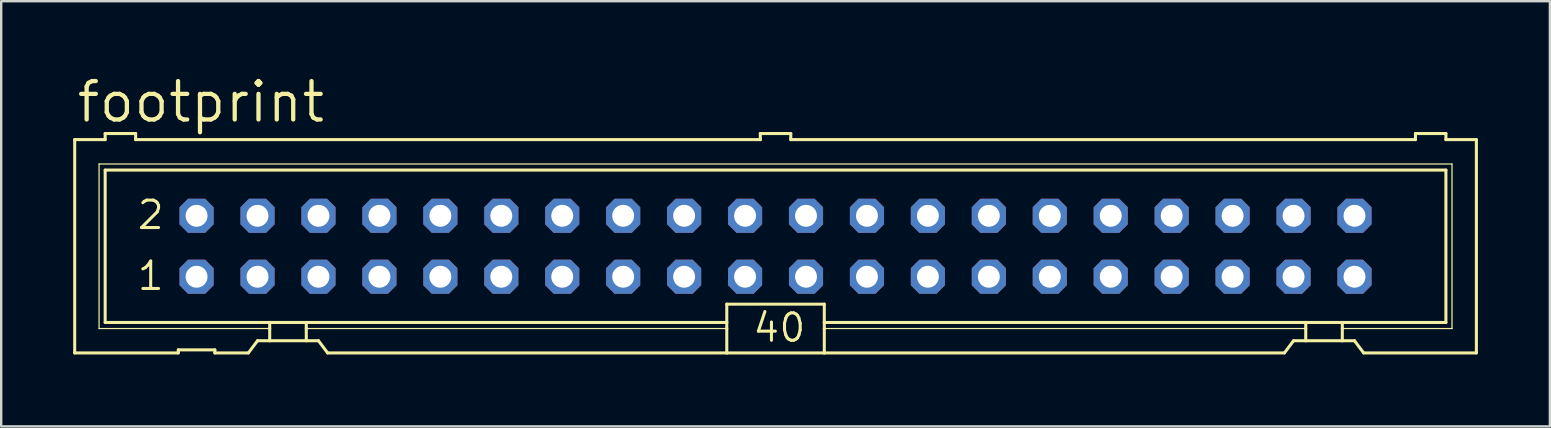
<source format=kicad_pcb>
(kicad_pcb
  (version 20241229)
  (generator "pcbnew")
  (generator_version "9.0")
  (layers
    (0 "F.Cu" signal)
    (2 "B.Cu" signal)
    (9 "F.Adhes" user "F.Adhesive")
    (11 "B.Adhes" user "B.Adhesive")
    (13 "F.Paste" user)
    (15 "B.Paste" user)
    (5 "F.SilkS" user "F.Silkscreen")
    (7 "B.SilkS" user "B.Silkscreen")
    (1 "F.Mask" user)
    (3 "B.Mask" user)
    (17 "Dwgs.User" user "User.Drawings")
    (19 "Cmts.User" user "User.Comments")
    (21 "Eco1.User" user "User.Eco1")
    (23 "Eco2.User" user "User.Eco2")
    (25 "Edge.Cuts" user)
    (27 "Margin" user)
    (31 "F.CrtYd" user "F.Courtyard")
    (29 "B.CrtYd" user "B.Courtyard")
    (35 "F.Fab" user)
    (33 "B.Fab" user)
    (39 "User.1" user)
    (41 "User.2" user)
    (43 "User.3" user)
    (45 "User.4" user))
  (footprint "footprint"
    (layer "F.Cu")
    (at 29.273 7.214)
    (property "Reference" "footprint" (at -29.21 -5.08 0) (layer "F.SilkS") (effects (font (size 1.6 1.6) (thickness 0.178)) (justify left bottom)))
    (fp_line (start -29.21 -4.445) (end -29.21 4.445) (stroke (width 0.127) (type solid)) (layer "F.SilkS"))
    (fp_line (start -29.21 -4.445) (end -27.94 -4.445) (stroke (width 0.127) (type solid)) (layer "F.SilkS"))
    (fp_line (start -29.21 4.445) (end -24.892 4.445) (stroke (width 0.127) (type solid)) (layer "F.SilkS"))
    (fp_line (start -28.194 -3.429) (end -28.194 3.429) (stroke (width 0.051) (type solid)) (layer "F.SilkS"))
    (fp_line (start -28.194 3.429) (end -21.082 3.429) (stroke (width 0.051) (type solid)) (layer "F.SilkS"))
    (fp_line (start -27.94 -4.699) (end -27.94 -4.445) (stroke (width 0.127) (type solid)) (layer "F.SilkS"))
    (fp_line (start -27.94 -3.175) (end -27.94 3.175) (stroke (width 0.127) (type solid)) (layer "F.SilkS"))
    (fp_line (start -27.94 -3.175) (end 27.94 -3.175) (stroke (width 0.127) (type solid)) (layer "F.SilkS"))
    (fp_line (start -26.67 -4.699) (end -27.94 -4.699) (stroke (width 0.127) (type solid)) (layer "F.SilkS"))
    (fp_line (start -26.67 -4.699) (end -26.67 -4.445) (stroke (width 0.127) (type solid)) (layer "F.SilkS"))
    (fp_line (start -26.67 -4.445) (end -0.635 -4.445) (stroke (width 0.127) (type solid)) (layer "F.SilkS"))
    (fp_line (start -24.892 4.318) (end -24.892 4.445) (stroke (width 0.127) (type solid)) (layer "F.SilkS"))
    (fp_line (start -24.892 4.318) (end -23.368 4.318) (stroke (width 0.127) (type solid)) (layer "F.SilkS"))
    (fp_line (start -23.368 4.445) (end -23.368 4.318) (stroke (width 0.127) (type solid)) (layer "F.SilkS"))
    (fp_line (start -23.368 4.445) (end -21.971 4.445) (stroke (width 0.127) (type solid)) (layer "F.SilkS"))
    (fp_line (start -21.971 4.445) (end -21.59 3.937) (stroke (width 0.127) (type solid)) (layer "F.SilkS"))
    (fp_line (start -21.082 3.175) (end -27.94 3.175) (stroke (width 0.127) (type solid)) (layer "F.SilkS"))
    (fp_line (start -21.082 3.175) (end -21.082 3.429) (stroke (width 0.127) (type solid)) (layer "F.SilkS"))
    (fp_line (start -21.082 3.429) (end -21.082 3.937) (stroke (width 0.127) (type solid)) (layer "F.SilkS"))
    (fp_line (start -21.082 3.937) (end -21.59 3.937) (stroke (width 0.127) (type solid)) (layer "F.SilkS"))
    (fp_line (start -19.558 3.175) (end -21.082 3.175) (stroke (width 0.127) (type solid)) (layer "F.SilkS"))
    (fp_line (start -19.558 3.175) (end -19.558 3.429) (stroke (width 0.127) (type solid)) (layer "F.SilkS"))
    (fp_line (start -19.558 3.429) (end -19.558 3.937) (stroke (width 0.127) (type solid)) (layer "F.SilkS"))
    (fp_line (start -19.558 3.429) (end -2.032 3.429) (stroke (width 0.051) (type solid)) (layer "F.SilkS"))
    (fp_line (start -19.558 3.937) (end -21.082 3.937) (stroke (width 0.127) (type solid)) (layer "F.SilkS"))
    (fp_line (start -19.05 3.937) (end -19.558 3.937) (stroke (width 0.127) (type solid)) (layer "F.SilkS"))
    (fp_line (start -19.05 3.937) (end -18.669 4.445) (stroke (width 0.127) (type solid)) (layer "F.SilkS"))
    (fp_line (start -18.669 4.445) (end -2.032 4.445) (stroke (width 0.127) (type solid)) (layer "F.SilkS"))
    (fp_line (start -2.032 3.175) (end -19.558 3.175) (stroke (width 0.127) (type solid)) (layer "F.SilkS"))
    (fp_line (start -2.032 3.175) (end -2.032 2.413) (stroke (width 0.127) (type solid)) (layer "F.SilkS"))
    (fp_line (start -2.032 3.175) (end -2.032 3.429) (stroke (width 0.127) (type solid)) (layer "F.SilkS"))
    (fp_line (start -2.032 3.429) (end -2.032 4.445) (stroke (width 0.127) (type solid)) (layer "F.SilkS"))
    (fp_line (start -0.635 -4.699) (end -0.635 -4.445) (stroke (width 0.127) (type solid)) (layer "F.SilkS"))
    (fp_line (start 0.635 -4.699) (end -0.635 -4.699) (stroke (width 0.127) (type solid)) (layer "F.SilkS"))
    (fp_line (start 0.635 -4.699) (end 0.635 -4.445) (stroke (width 0.127) (type solid)) (layer "F.SilkS"))
    (fp_line (start 0.635 -4.445) (end 26.67 -4.445) (stroke (width 0.127) (type solid)) (layer "F.SilkS"))
    (fp_line (start 2.032 2.413) (end -2.032 2.413) (stroke (width 0.127) (type solid)) (layer "F.SilkS"))
    (fp_line (start 2.032 2.413) (end 2.032 3.175) (stroke (width 0.127) (type solid)) (layer "F.SilkS"))
    (fp_line (start 2.032 3.175) (end 2.032 3.429) (stroke (width 0.127) (type solid)) (layer "F.SilkS"))
    (fp_line (start 2.032 3.429) (end 2.032 4.445) (stroke (width 0.127) (type solid)) (layer "F.SilkS"))
    (fp_line (start 2.032 4.445) (end -2.032 4.445) (stroke (width 0.127) (type solid)) (layer "F.SilkS"))
    (fp_line (start 21.209 4.445) (end 2.032 4.445) (stroke (width 0.127) (type solid)) (layer "F.SilkS"))
    (fp_line (start 21.209 4.445) (end 21.59 3.937) (stroke (width 0.127) (type solid)) (layer "F.SilkS"))
    (fp_line (start 22.098 3.175) (end 2.032 3.175) (stroke (width 0.127) (type solid)) (layer "F.SilkS"))
    (fp_line (start 22.098 3.175) (end 22.098 3.429) (stroke (width 0.127) (type solid)) (layer "F.SilkS"))
    (fp_line (start 22.098 3.429) (end 2.032 3.429) (stroke (width 0.051) (type solid)) (layer "F.SilkS"))
    (fp_line (start 22.098 3.429) (end 22.098 3.937) (stroke (width 0.127) (type solid)) (layer "F.SilkS"))
    (fp_line (start 22.098 3.937) (end 21.59 3.937) (stroke (width 0.127) (type solid)) (layer "F.SilkS"))
    (fp_line (start 23.622 3.175) (end 22.098 3.175) (stroke (width 0.127) (type solid)) (layer "F.SilkS"))
    (fp_line (start 23.622 3.175) (end 23.622 3.429) (stroke (width 0.127) (type solid)) (layer "F.SilkS"))
    (fp_line (start 23.622 3.429) (end 23.622 3.937) (stroke (width 0.127) (type solid)) (layer "F.SilkS"))
    (fp_line (start 23.622 3.429) (end 28.194 3.429) (stroke (width 0.051) (type solid)) (layer "F.SilkS"))
    (fp_line (start 23.622 3.937) (end 22.098 3.937) (stroke (width 0.127) (type solid)) (layer "F.SilkS"))
    (fp_line (start 24.13 3.937) (end 23.622 3.937) (stroke (width 0.127) (type solid)) (layer "F.SilkS"))
    (fp_line (start 24.13 3.937) (end 24.511 4.445) (stroke (width 0.127) (type solid)) (layer "F.SilkS"))
    (fp_line (start 26.67 -4.445) (end 26.67 -4.699) (stroke (width 0.127) (type solid)) (layer "F.SilkS"))
    (fp_line (start 27.94 -4.699) (end 26.67 -4.699) (stroke (width 0.127) (type solid)) (layer "F.SilkS"))
    (fp_line (start 27.94 -4.445) (end 27.94 -4.699) (stroke (width 0.127) (type solid)) (layer "F.SilkS"))
    (fp_line (start 27.94 -4.445) (end 29.21 -4.445) (stroke (width 0.127) (type solid)) (layer "F.SilkS"))
    (fp_line (start 27.94 3.175) (end 23.622 3.175) (stroke (width 0.127) (type solid)) (layer "F.SilkS"))
    (fp_line (start 27.94 3.175) (end 27.94 -3.175) (stroke (width 0.127) (type solid)) (layer "F.SilkS"))
    (fp_line (start 28.194 -3.429) (end -28.194 -3.429) (stroke (width 0.051) (type solid)) (layer "F.SilkS"))
    (fp_line (start 28.194 3.429) (end 28.194 -3.429) (stroke (width 0.051) (type solid)) (layer "F.SilkS"))
    (fp_line (start 29.21 4.445) (end 24.511 4.445) (stroke (width 0.127) (type solid)) (layer "F.SilkS"))
    (fp_line (start 29.21 4.445) (end 29.21 -4.445) (stroke (width 0.127) (type solid)) (layer "F.SilkS"))
    (fp_poly (pts (xy -24.384 -1.016) (xy -23.876 -1.016) (xy -23.876 -1.524) (xy -24.384 -1.524)) (stroke (width 0.1) (type solid)) (fill no) (layer "F.Fab"))
    (fp_poly (pts (xy -24.384 1.524) (xy -23.876 1.524) (xy -23.876 1.016) (xy -24.384 1.016)) (stroke (width 0.1) (type solid)) (fill no) (layer "F.Fab"))
    (fp_poly (pts (xy -21.844 -1.016) (xy -21.336 -1.016) (xy -21.336 -1.524) (xy -21.844 -1.524)) (stroke (width 0.1) (type solid)) (fill no) (layer "F.Fab"))
    (fp_poly (pts (xy -21.844 1.524) (xy -21.336 1.524) (xy -21.336 1.016) (xy -21.844 1.016)) (stroke (width 0.1) (type solid)) (fill no) (layer "F.Fab"))
    (fp_poly (pts (xy -19.304 -1.016) (xy -18.796 -1.016) (xy -18.796 -1.524) (xy -19.304 -1.524)) (stroke (width 0.1) (type solid)) (fill no) (layer "F.Fab"))
    (fp_poly (pts (xy -19.304 1.524) (xy -18.796 1.524) (xy -18.796 1.016) (xy -19.304 1.016)) (stroke (width 0.1) (type solid)) (fill no) (layer "F.Fab"))
    (fp_poly (pts (xy -16.764 -1.016) (xy -16.256 -1.016) (xy -16.256 -1.524) (xy -16.764 -1.524)) (stroke (width 0.1) (type solid)) (fill no) (layer "F.Fab"))
    (fp_poly (pts (xy -16.764 1.524) (xy -16.256 1.524) (xy -16.256 1.016) (xy -16.764 1.016)) (stroke (width 0.1) (type solid)) (fill no) (layer "F.Fab"))
    (fp_poly (pts (xy -14.224 -1.016) (xy -13.716 -1.016) (xy -13.716 -1.524) (xy -14.224 -1.524)) (stroke (width 0.1) (type solid)) (fill no) (layer "F.Fab"))
    (fp_poly (pts (xy -14.224 1.524) (xy -13.716 1.524) (xy -13.716 1.016) (xy -14.224 1.016)) (stroke (width 0.1) (type solid)) (fill no) (layer "F.Fab"))
    (fp_poly (pts (xy -11.684 -1.016) (xy -11.176 -1.016) (xy -11.176 -1.524) (xy -11.684 -1.524)) (stroke (width 0.1) (type solid)) (fill no) (layer "F.Fab"))
    (fp_poly (pts (xy -11.684 1.524) (xy -11.176 1.524) (xy -11.176 1.016) (xy -11.684 1.016)) (stroke (width 0.1) (type solid)) (fill no) (layer "F.Fab"))
    (fp_poly (pts (xy -9.144 -1.016) (xy -8.636 -1.016) (xy -8.636 -1.524) (xy -9.144 -1.524)) (stroke (width 0.1) (type solid)) (fill no) (layer "F.Fab"))
    (fp_poly (pts (xy -9.144 1.524) (xy -8.636 1.524) (xy -8.636 1.016) (xy -9.144 1.016)) (stroke (width 0.1) (type solid)) (fill no) (layer "F.Fab"))
    (fp_poly (pts (xy -6.604 -1.016) (xy -6.096 -1.016) (xy -6.096 -1.524) (xy -6.604 -1.524)) (stroke (width 0.1) (type solid)) (fill no) (layer "F.Fab"))
    (fp_poly (pts (xy -6.604 1.524) (xy -6.096 1.524) (xy -6.096 1.016) (xy -6.604 1.016)) (stroke (width 0.1) (type solid)) (fill no) (layer "F.Fab"))
    (fp_poly (pts (xy -4.064 -1.016) (xy -3.556 -1.016) (xy -3.556 -1.524) (xy -4.064 -1.524)) (stroke (width 0.1) (type solid)) (fill no) (layer "F.Fab"))
    (fp_poly (pts (xy -4.064 1.524) (xy -3.556 1.524) (xy -3.556 1.016) (xy -4.064 1.016)) (stroke (width 0.1) (type solid)) (fill no) (layer "F.Fab"))
    (fp_poly (pts (xy -1.524 -1.016) (xy -1.016 -1.016) (xy -1.016 -1.524) (xy -1.524 -1.524)) (stroke (width 0.1) (type solid)) (fill no) (layer "F.Fab"))
    (fp_poly (pts (xy -1.524 1.524) (xy -1.016 1.524) (xy -1.016 1.016) (xy -1.524 1.016)) (stroke (width 0.1) (type solid)) (fill no) (layer "F.Fab"))
    (fp_poly (pts (xy 1.016 -1.016) (xy 1.524 -1.016) (xy 1.524 -1.524) (xy 1.016 -1.524)) (stroke (width 0.1) (type solid)) (fill no) (layer "F.Fab"))
    (fp_poly (pts (xy 1.016 1.524) (xy 1.524 1.524) (xy 1.524 1.016) (xy 1.016 1.016)) (stroke (width 0.1) (type solid)) (fill no) (layer "F.Fab"))
    (fp_poly (pts (xy 3.556 -1.016) (xy 4.064 -1.016) (xy 4.064 -1.524) (xy 3.556 -1.524)) (stroke (width 0.1) (type solid)) (fill no) (layer "F.Fab"))
    (fp_poly (pts (xy 3.556 1.524) (xy 4.064 1.524) (xy 4.064 1.016) (xy 3.556 1.016)) (stroke (width 0.1) (type solid)) (fill no) (layer "F.Fab"))
    (fp_poly (pts (xy 6.096 -1.016) (xy 6.604 -1.016) (xy 6.604 -1.524) (xy 6.096 -1.524)) (stroke (width 0.1) (type solid)) (fill no) (layer "F.Fab"))
    (fp_poly (pts (xy 6.096 1.524) (xy 6.604 1.524) (xy 6.604 1.016) (xy 6.096 1.016)) (stroke (width 0.1) (type solid)) (fill no) (layer "F.Fab"))
    (fp_poly (pts (xy 8.636 -1.016) (xy 9.144 -1.016) (xy 9.144 -1.524) (xy 8.636 -1.524)) (stroke (width 0.1) (type solid)) (fill no) (layer "F.Fab"))
    (fp_poly (pts (xy 8.636 1.524) (xy 9.144 1.524) (xy 9.144 1.016) (xy 8.636 1.016)) (stroke (width 0.1) (type solid)) (fill no) (layer "F.Fab"))
    (fp_poly (pts (xy 11.176 -1.016) (xy 11.684 -1.016) (xy 11.684 -1.524) (xy 11.176 -1.524)) (stroke (width 0.1) (type solid)) (fill no) (layer "F.Fab"))
    (fp_poly (pts (xy 11.176 1.524) (xy 11.684 1.524) (xy 11.684 1.016) (xy 11.176 1.016)) (stroke (width 0.1) (type solid)) (fill no) (layer "F.Fab"))
    (fp_poly (pts (xy 13.716 -1.016) (xy 14.224 -1.016) (xy 14.224 -1.524) (xy 13.716 -1.524)) (stroke (width 0.1) (type solid)) (fill no) (layer "F.Fab"))
    (fp_poly (pts (xy 13.716 1.524) (xy 14.224 1.524) (xy 14.224 1.016) (xy 13.716 1.016)) (stroke (width 0.1) (type solid)) (fill no) (layer "F.Fab"))
    (fp_poly (pts (xy 16.256 -1.016) (xy 16.764 -1.016) (xy 16.764 -1.524) (xy 16.256 -1.524)) (stroke (width 0.1) (type solid)) (fill no) (layer "F.Fab"))
    (fp_poly (pts (xy 16.256 1.524) (xy 16.764 1.524) (xy 16.764 1.016) (xy 16.256 1.016)) (stroke (width 0.1) (type solid)) (fill no) (layer "F.Fab"))
    (fp_poly (pts (xy 18.796 -1.016) (xy 19.304 -1.016) (xy 19.304 -1.524) (xy 18.796 -1.524)) (stroke (width 0.1) (type solid)) (fill no) (layer "F.Fab"))
    (fp_poly (pts (xy 18.796 1.524) (xy 19.304 1.524) (xy 19.304 1.016) (xy 18.796 1.016)) (stroke (width 0.1) (type solid)) (fill no) (layer "F.Fab"))
    (fp_poly (pts (xy 21.336 -1.016) (xy 21.844 -1.016) (xy 21.844 -1.524) (xy 21.336 -1.524)) (stroke (width 0.1) (type solid)) (fill no) (layer "F.Fab"))
    (fp_poly (pts (xy 21.336 1.524) (xy 21.844 1.524) (xy 21.844 1.016) (xy 21.336 1.016)) (stroke (width 0.1) (type solid)) (fill no) (layer "F.Fab"))
    (fp_poly (pts (xy 23.876 -1.016) (xy 24.384 -1.016) (xy 24.384 -1.524) (xy 23.876 -1.524)) (stroke (width 0.1) (type solid)) (fill no) (layer "F.Fab"))
    (fp_poly (pts (xy 23.876 1.524) (xy 24.384 1.524) (xy 24.384 1.016) (xy 23.876 1.016)) (stroke (width 0.1) (type solid)) (fill no) (layer "F.Fab"))
    (fp_text user "2" (at -26.67 -0.635 0) (layer "F.SilkS") (effects (font (size 1.143 1.143) (thickness 0.127)) (justify left bottom)))
    (fp_text user "40" (at -1.016 4.064 0) (layer "F.SilkS") (effects (font (size 1.143 1.143) (thickness 0.127)) (justify left bottom)))
    (fp_text user "1" (at -26.67 1.905 0) (layer "F.SilkS") (effects (font (size 1.143 1.143) (thickness 0.127)) (justify left bottom)))
    (pad "1" thru_hole roundrect (at -24.13 1.27) (size 1.422 1.422) (drill 0.914) (layers "*.Cu" "*.Mask") (roundrect_rratio 0.25) (chamfer_ratio 0.25) (chamfer top_left top_right bottom_left bottom_right))
    (pad "2" thru_hole roundrect (at -24.13 -1.27) (size 1.422 1.422) (drill 0.914) (layers "*.Cu" "*.Mask") (roundrect_rratio 0.25) (chamfer_ratio 0.25) (chamfer top_left top_right bottom_left bottom_right))
    (pad "3" thru_hole roundrect (at -21.59 1.27) (size 1.422 1.422) (drill 0.914) (layers "*.Cu" "*.Mask") (roundrect_rratio 0.25) (chamfer_ratio 0.25) (chamfer top_left top_right bottom_left bottom_right))
    (pad "4" thru_hole roundrect (at -21.59 -1.27) (size 1.422 1.422) (drill 0.914) (layers "*.Cu" "*.Mask") (roundrect_rratio 0.25) (chamfer_ratio 0.25) (chamfer top_left top_right bottom_left bottom_right))
    (pad "5" thru_hole roundrect (at -19.05 1.27) (size 1.422 1.422) (drill 0.914) (layers "*.Cu" "*.Mask") (roundrect_rratio 0.25) (chamfer_ratio 0.25) (chamfer top_left top_right bottom_left bottom_right))
    (pad "6" thru_hole roundrect (at -19.05 -1.27) (size 1.422 1.422) (drill 0.914) (layers "*.Cu" "*.Mask") (roundrect_rratio 0.25) (chamfer_ratio 0.25) (chamfer top_left top_right bottom_left bottom_right))
    (pad "7" thru_hole roundrect (at -16.51 1.27) (size 1.422 1.422) (drill 0.914) (layers "*.Cu" "*.Mask") (roundrect_rratio 0.25) (chamfer_ratio 0.25) (chamfer top_left top_right bottom_left bottom_right))
    (pad "8" thru_hole roundrect (at -16.51 -1.27) (size 1.422 1.422) (drill 0.914) (layers "*.Cu" "*.Mask") (roundrect_rratio 0.25) (chamfer_ratio 0.25) (chamfer top_left top_right bottom_left bottom_right))
    (pad "9" thru_hole roundrect (at -13.97 1.27) (size 1.422 1.422) (drill 0.914) (layers "*.Cu" "*.Mask") (roundrect_rratio 0.25) (chamfer_ratio 0.25) (chamfer top_left top_right bottom_left bottom_right))
    (pad "10" thru_hole roundrect (at -13.97 -1.27) (size 1.422 1.422) (drill 0.914) (layers "*.Cu" "*.Mask") (roundrect_rratio 0.25) (chamfer_ratio 0.25) (chamfer top_left top_right bottom_left bottom_right))
    (pad "11" thru_hole roundrect (at -11.43 1.27) (size 1.422 1.422) (drill 0.914) (layers "*.Cu" "*.Mask") (roundrect_rratio 0.25) (chamfer_ratio 0.25) (chamfer top_left top_right bottom_left bottom_right))
    (pad "12" thru_hole roundrect (at -11.43 -1.27) (size 1.422 1.422) (drill 0.914) (layers "*.Cu" "*.Mask") (roundrect_rratio 0.25) (chamfer_ratio 0.25) (chamfer top_left top_right bottom_left bottom_right))
    (pad "13" thru_hole roundrect (at -8.89 1.27) (size 1.422 1.422) (drill 0.914) (layers "*.Cu" "*.Mask") (roundrect_rratio 0.25) (chamfer_ratio 0.25) (chamfer top_left top_right bottom_left bottom_right))
    (pad "14" thru_hole roundrect (at -8.89 -1.27) (size 1.422 1.422) (drill 0.914) (layers "*.Cu" "*.Mask") (roundrect_rratio 0.25) (chamfer_ratio 0.25) (chamfer top_left top_right bottom_left bottom_right))
    (pad "15" thru_hole roundrect (at -6.35 1.27) (size 1.422 1.422) (drill 0.914) (layers "*.Cu" "*.Mask") (roundrect_rratio 0.25) (chamfer_ratio 0.25) (chamfer top_left top_right bottom_left bottom_right))
    (pad "16" thru_hole roundrect (at -6.35 -1.27) (size 1.422 1.422) (drill 0.914) (layers "*.Cu" "*.Mask") (roundrect_rratio 0.25) (chamfer_ratio 0.25) (chamfer top_left top_right bottom_left bottom_right))
    (pad "17" thru_hole roundrect (at -3.81 1.27) (size 1.422 1.422) (drill 0.914) (layers "*.Cu" "*.Mask") (roundrect_rratio 0.25) (chamfer_ratio 0.25) (chamfer top_left top_right bottom_left bottom_right))
    (pad "18" thru_hole roundrect (at -3.81 -1.27) (size 1.422 1.422) (drill 0.914) (layers "*.Cu" "*.Mask") (roundrect_rratio 0.25) (chamfer_ratio 0.25) (chamfer top_left top_right bottom_left bottom_right))
    (pad "19" thru_hole roundrect (at -1.27 1.27) (size 1.422 1.422) (drill 0.914) (layers "*.Cu" "*.Mask") (roundrect_rratio 0.25) (chamfer_ratio 0.25) (chamfer top_left top_right bottom_left bottom_right))
    (pad "20" thru_hole roundrect (at -1.27 -1.27) (size 1.422 1.422) (drill 0.914) (layers "*.Cu" "*.Mask") (roundrect_rratio 0.25) (chamfer_ratio 0.25) (chamfer top_left top_right bottom_left bottom_right))
    (pad "21" thru_hole roundrect (at 1.27 1.27) (size 1.422 1.422) (drill 0.914) (layers "*.Cu" "*.Mask") (roundrect_rratio 0.25) (chamfer_ratio 0.25) (chamfer top_left top_right bottom_left bottom_right))
    (pad "22" thru_hole roundrect (at 1.27 -1.27) (size 1.422 1.422) (drill 0.914) (layers "*.Cu" "*.Mask") (roundrect_rratio 0.25) (chamfer_ratio 0.25) (chamfer top_left top_right bottom_left bottom_right))
    (pad "23" thru_hole roundrect (at 3.81 1.27) (size 1.422 1.422) (drill 0.914) (layers "*.Cu" "*.Mask") (roundrect_rratio 0.25) (chamfer_ratio 0.25) (chamfer top_left top_right bottom_left bottom_right))
    (pad "24" thru_hole roundrect (at 3.81 -1.27) (size 1.422 1.422) (drill 0.914) (layers "*.Cu" "*.Mask") (roundrect_rratio 0.25) (chamfer_ratio 0.25) (chamfer top_left top_right bottom_left bottom_right))
    (pad "25" thru_hole roundrect (at 6.35 1.27) (size 1.422 1.422) (drill 0.914) (layers "*.Cu" "*.Mask") (roundrect_rratio 0.25) (chamfer_ratio 0.25) (chamfer top_left top_right bottom_left bottom_right))
    (pad "26" thru_hole roundrect (at 6.35 -1.27) (size 1.422 1.422) (drill 0.914) (layers "*.Cu" "*.Mask") (roundrect_rratio 0.25) (chamfer_ratio 0.25) (chamfer top_left top_right bottom_left bottom_right))
    (pad "27" thru_hole roundrect (at 8.89 1.27) (size 1.422 1.422) (drill 0.914) (layers "*.Cu" "*.Mask") (roundrect_rratio 0.25) (chamfer_ratio 0.25) (chamfer top_left top_right bottom_left bottom_right))
    (pad "28" thru_hole roundrect (at 8.89 -1.27) (size 1.422 1.422) (drill 0.914) (layers "*.Cu" "*.Mask") (roundrect_rratio 0.25) (chamfer_ratio 0.25) (chamfer top_left top_right bottom_left bottom_right))
    (pad "29" thru_hole roundrect (at 11.43 1.27) (size 1.422 1.422) (drill 0.914) (layers "*.Cu" "*.Mask") (roundrect_rratio 0.25) (chamfer_ratio 0.25) (chamfer top_left top_right bottom_left bottom_right))
    (pad "30" thru_hole roundrect (at 11.43 -1.27) (size 1.422 1.422) (drill 0.914) (layers "*.Cu" "*.Mask") (roundrect_rratio 0.25) (chamfer_ratio 0.25) (chamfer top_left top_right bottom_left bottom_right))
    (pad "31" thru_hole roundrect (at 13.97 1.27) (size 1.422 1.422) (drill 0.914) (layers "*.Cu" "*.Mask") (roundrect_rratio 0.25) (chamfer_ratio 0.25) (chamfer top_left top_right bottom_left bottom_right))
    (pad "32" thru_hole roundrect (at 13.97 -1.27) (size 1.422 1.422) (drill 0.914) (layers "*.Cu" "*.Mask") (roundrect_rratio 0.25) (chamfer_ratio 0.25) (chamfer top_left top_right bottom_left bottom_right))
    (pad "33" thru_hole roundrect (at 16.51 1.27) (size 1.422 1.422) (drill 0.914) (layers "*.Cu" "*.Mask") (roundrect_rratio 0.25) (chamfer_ratio 0.25) (chamfer top_left top_right bottom_left bottom_right))
    (pad "34" thru_hole roundrect (at 16.51 -1.27) (size 1.422 1.422) (drill 0.914) (layers "*.Cu" "*.Mask") (roundrect_rratio 0.25) (chamfer_ratio 0.25) (chamfer top_left top_right bottom_left bottom_right))
    (pad "35" thru_hole roundrect (at 19.05 1.27) (size 1.422 1.422) (drill 0.914) (layers "*.Cu" "*.Mask") (roundrect_rratio 0.25) (chamfer_ratio 0.25) (chamfer top_left top_right bottom_left bottom_right))
    (pad "36" thru_hole roundrect (at 19.05 -1.27) (size 1.422 1.422) (drill 0.914) (layers "*.Cu" "*.Mask") (roundrect_rratio 0.25) (chamfer_ratio 0.25) (chamfer top_left top_right bottom_left bottom_right))
    (pad "37" thru_hole roundrect (at 21.59 1.27) (size 1.422 1.422) (drill 0.914) (layers "*.Cu" "*.Mask") (roundrect_rratio 0.25) (chamfer_ratio 0.25) (chamfer top_left top_right bottom_left bottom_right))
    (pad "38" thru_hole roundrect (at 21.59 -1.27) (size 1.422 1.422) (drill 0.914) (layers "*.Cu" "*.Mask") (roundrect_rratio 0.25) (chamfer_ratio 0.25) (chamfer top_left top_right bottom_left bottom_right))
    (pad "39" thru_hole roundrect (at 24.13 1.27) (size 1.422 1.422) (drill 0.914) (layers "*.Cu" "*.Mask") (roundrect_rratio 0.25) (chamfer_ratio 0.25) (chamfer top_left top_right bottom_left bottom_right))
    (pad "40" thru_hole roundrect (at 24.13 -1.27) (size 1.422 1.422) (drill 0.914) (layers "*.Cu" "*.Mask") (roundrect_rratio 0.25) (chamfer_ratio 0.25) (chamfer top_left top_right bottom_left bottom_right)))
  (gr_rect
    (start -3 -3)
    (end 61.547 14.722)
    (stroke (width 0.1) (type default))
    (fill no)
    (layer "Edge.Cuts")))
</source>
